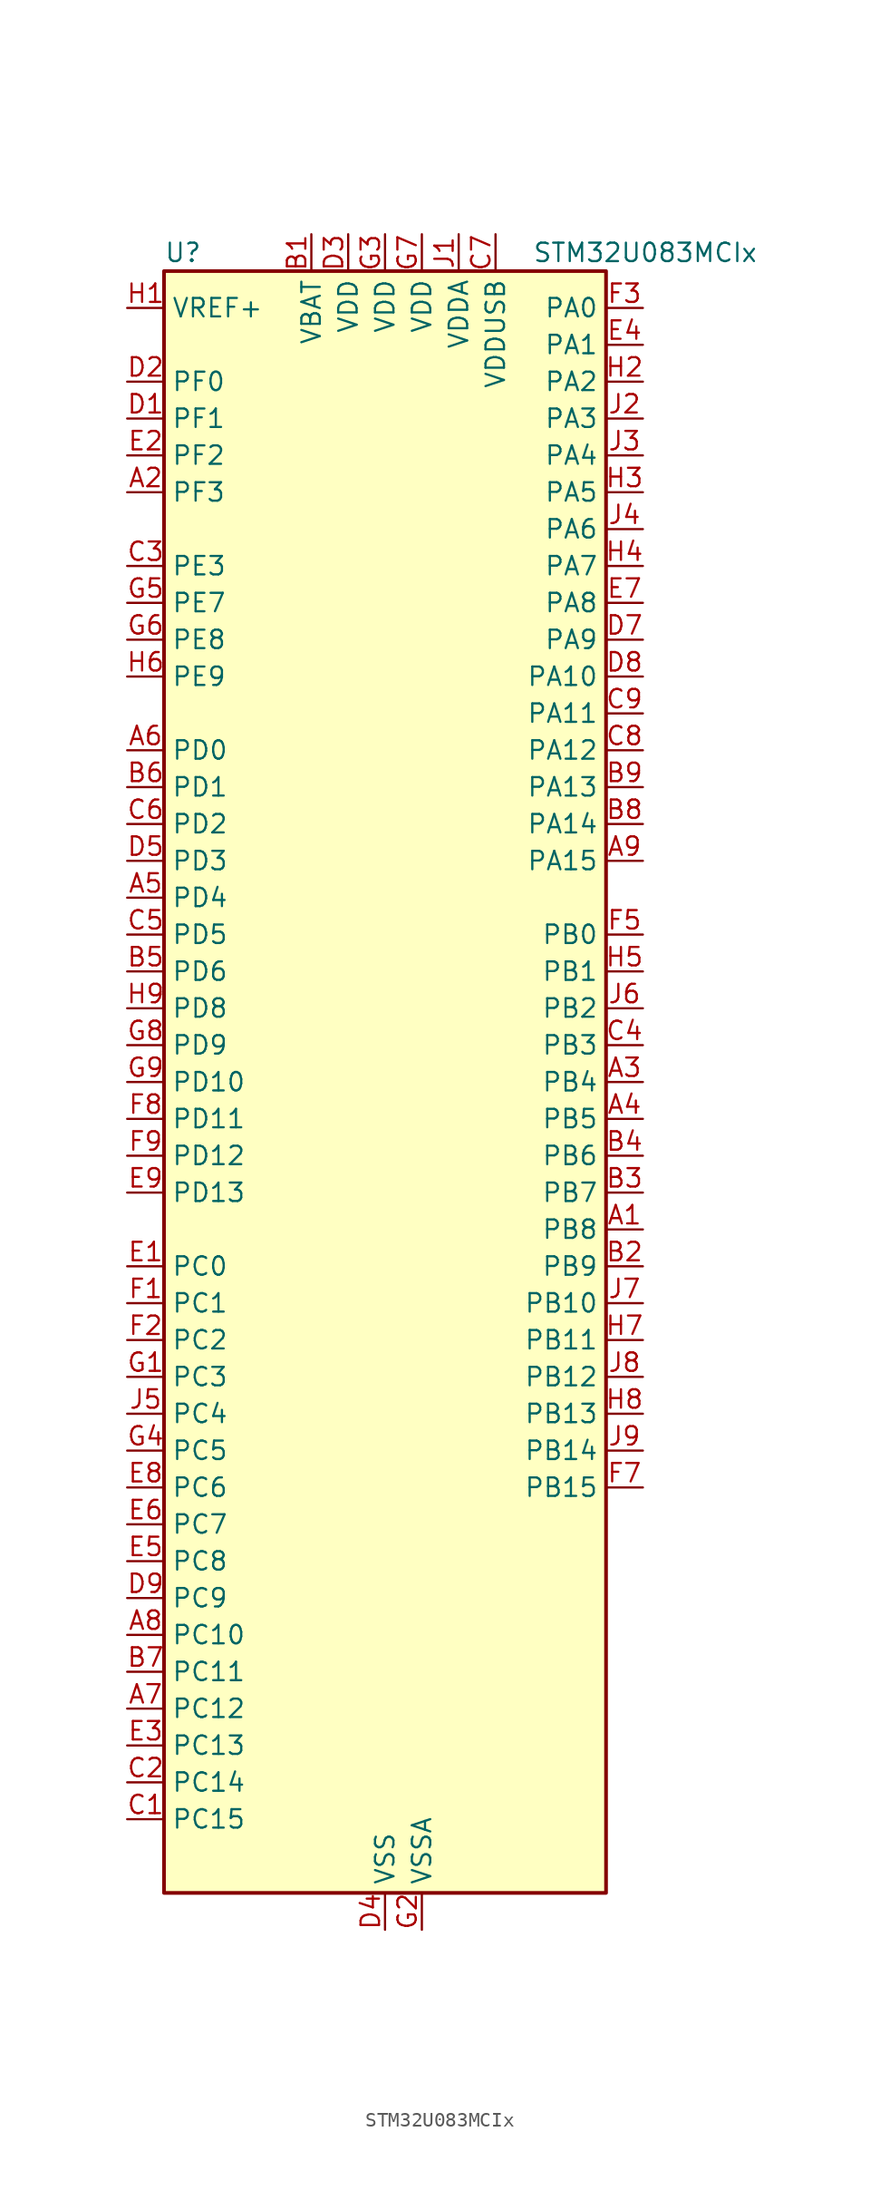
<source format=kicad_sym>
(kicad_symbol_lib
  (version 20231120)
  (generator "kicad_symbol_editor")
  (generator_version "8.99")
  (symbol "STM32U083MCIx"
    (property "Reference" "U"
      (at -15.24 57.15 0)
      (effects (font (size 1.27 1.27)) (justify left)))
    (property "Value" "STM32U083MCIx"
      (at 10.16 57.15 0)
      (effects (font (size 1.27 1.27)) (justify left)))
    (property "ki_locked" ""
      (at 0 0 0)
      (effects (font (size 1.27 1.27))))
    (symbol "STM32U083MCIx_0_1"
      (rectangle (start -15.24 -55.88) (end 15.24 55.88) (stroke (width 0.254) (type default)) (fill (type background))))
    (symbol "STM32U083MCIx_1_1"
      (pin bidirectional line (at 17.78 -10.16 180) (length 2.54) (name "PB8" (effects (font (size 1.27 1.27)))) (number "A1" (effects (font (size 1.27 1.27)))) (alternate "I2C1_SCL" bidirectional line) (alternate "I2C2_SCL" bidirectional line) (alternate "LCD_SEG16" bidirectional line) (alternate "LPTIM1_IN2" bidirectional line) (alternate "LPTIM3_IN2" bidirectional line) (alternate "TIM16_CH1" bidirectional line) (alternate "USART3_TX" bidirectional line))
      (pin bidirectional line (at -17.78 40.64 0) (length 2.54) (name "PF3" (effects (font (size 1.27 1.27)))) (number "A2" (effects (font (size 1.27 1.27)))))
      (pin bidirectional line (at 17.78 0 180) (length 2.54) (name "PB4" (effects (font (size 1.27 1.27)))) (number "A3" (effects (font (size 1.27 1.27)))) (alternate "COMP2_INP" bidirectional line) (alternate "I2C2_SDA" bidirectional line) (alternate "I2C3_SDA" bidirectional line) (alternate "LCD_SEG8" bidirectional line) (alternate "LPTIM1_CH4" bidirectional line) (alternate "LPUART3_DE" bidirectional line) (alternate "LPUART3_RTS" bidirectional line) (alternate "SPI1_MISO" bidirectional line) (alternate "SPI3_MISO" bidirectional line) (alternate "TIM3_CH1" bidirectional line) (alternate "TSC_G2_IO1" bidirectional line) (alternate "USART1_CTS" bidirectional line))
      (pin bidirectional line (at 17.78 -2.54 180) (length 2.54) (name "PB5" (effects (font (size 1.27 1.27)))) (number "A4" (effects (font (size 1.27 1.27)))) (alternate "COMP2_OUT" bidirectional line) (alternate "LCD_SEG9" bidirectional line) (alternate "LPTIM1_IN1" bidirectional line) (alternate "LPUART3_CTS" bidirectional line) (alternate "SPI1_MOSI" bidirectional line) (alternate "SPI3_MOSI" bidirectional line) (alternate "TIM16_BKIN" bidirectional line) (alternate "TIM3_CH2" bidirectional line) (alternate "TSC_G2_IO2" bidirectional line) (alternate "USART1_CK" bidirectional line))
      (pin bidirectional line (at -17.78 12.7 0) (length 2.54) (name "PD4" (effects (font (size 1.27 1.27)))) (number "A5" (effects (font (size 1.27 1.27)))) (alternate "LCD_SEG37" bidirectional line) (alternate "LPTIM1_CH3" bidirectional line) (alternate "SPI2_MOSI" bidirectional line) (alternate "USART2_DE" bidirectional line) (alternate "USART2_RTS" bidirectional line))
      (pin bidirectional line (at -17.78 22.86 0) (length 2.54) (name "PD0" (effects (font (size 1.27 1.27)))) (number "A6" (effects (font (size 1.27 1.27)))) (alternate "LCD_SEG34" bidirectional line) (alternate "SPI2_NSS" bidirectional line))
      (pin bidirectional line (at -17.78 -43.18 0) (length 2.54) (name "PC12" (effects (font (size 1.27 1.27)))) (number "A7" (effects (font (size 1.27 1.27)))) (alternate "LCD_COM6" bidirectional line) (alternate "LCD_SEG30" bidirectional line) (alternate "LCD_SEG50" bidirectional line) (alternate "LPTIM3_CH3" bidirectional line) (alternate "SPI3_MOSI" bidirectional line) (alternate "USART3_CK" bidirectional line) (alternate "USART4_CK" bidirectional line))
      (pin bidirectional line (at -17.78 -38.1 0) (length 2.54) (name "PC10" (effects (font (size 1.27 1.27)))) (number "A8" (effects (font (size 1.27 1.27)))) (alternate "LCD_COM4" bidirectional line) (alternate "LCD_SEG28" bidirectional line) (alternate "LCD_SEG48" bidirectional line) (alternate "LPTIM3_ETR" bidirectional line) (alternate "SPI3_SCK" bidirectional line) (alternate "TSC_G3_IO2" bidirectional line) (alternate "USART3_TX" bidirectional line) (alternate "USART4_TX" bidirectional line))
      (pin bidirectional line (at 17.78 15.24 180) (length 2.54) (name "PA15" (effects (font (size 1.27 1.27)))) (number "A9" (effects (font (size 1.27 1.27)))) (alternate "DEBUG_JTDI" bidirectional line) (alternate "LCD_SEG17" bidirectional line) (alternate "LPTIM3_CH3" bidirectional line) (alternate "LPTIM3_IN2" bidirectional line) (alternate "SPI1_NSS" bidirectional line) (alternate "SPI3_NSS" bidirectional line) (alternate "TIM2_CH1" bidirectional line) (alternate "TIM2_ETR" bidirectional line) (alternate "TSC_G3_IO1" bidirectional line) (alternate "USART2_RX" bidirectional line) (alternate "USART3_DE" bidirectional line) (alternate "USART3_RTS" bidirectional line) (alternate "USART4_DE" bidirectional line) (alternate "USART4_RTS" bidirectional line))
      (pin power_in line (at -5.08 58.42 270) (length 2.54) (name "VBAT" (effects (font (size 1.27 1.27)))) (number "B1" (effects (font (size 1.27 1.27)))))
      (pin bidirectional line (at 17.78 -12.7 180) (length 2.54) (name "PB9" (effects (font (size 1.27 1.27)))) (number "B2" (effects (font (size 1.27 1.27)))) (alternate "DAC1_EXTI9" bidirectional line) (alternate "I2C1_SDA" bidirectional line) (alternate "I2C2_SDA" bidirectional line) (alternate "IR_OUT" bidirectional line) (alternate "LCD_COM3" bidirectional line) (alternate "LPTIM1_CH4" bidirectional line) (alternate "LPTIM3_CH4" bidirectional line) (alternate "SPI2_NSS" bidirectional line) (alternate "USART3_RX" bidirectional line))
      (pin bidirectional line (at 17.78 -7.62 180) (length 2.54) (name "PB7" (effects (font (size 1.27 1.27)))) (number "B3" (effects (font (size 1.27 1.27)))) (alternate "COMP2_INM" bidirectional line) (alternate "I2C1_SDA" bidirectional line) (alternate "I2C2_SDA" bidirectional line) (alternate "I2C4_SDA" bidirectional line) (alternate "LCD_SEG21" bidirectional line) (alternate "LPTIM1_IN2" bidirectional line) (alternate "LPUART2_RX" bidirectional line) (alternate "LPUART3_RX" bidirectional line) (alternate "PWR_PVD_IN" bidirectional line) (alternate "TSC_G2_IO4" bidirectional line) (alternate "USART1_RX" bidirectional line) (alternate "USART4_CTS" bidirectional line))
      (pin bidirectional line (at 17.78 -5.08 180) (length 2.54) (name "PB6" (effects (font (size 1.27 1.27)))) (number "B4" (effects (font (size 1.27 1.27)))) (alternate "COMP2_INP" bidirectional line) (alternate "I2C1_SCL" bidirectional line) (alternate "I2C2_SCL" bidirectional line) (alternate "I2C4_SCL" bidirectional line) (alternate "LPTIM1_ETR" bidirectional line) (alternate "LPUART2_TX" bidirectional line) (alternate "LPUART3_TX" bidirectional line) (alternate "TIM16_CH1N" bidirectional line) (alternate "TSC_G2_IO3" bidirectional line) (alternate "USART1_TX" bidirectional line))
      (pin bidirectional line (at -17.78 7.62 0) (length 2.54) (name "PD6" (effects (font (size 1.27 1.27)))) (number "B5" (effects (font (size 1.27 1.27)))) (alternate "LCD_SEG39" bidirectional line) (alternate "USART2_RX" bidirectional line))
      (pin bidirectional line (at -17.78 20.32 0) (length 2.54) (name "PD1" (effects (font (size 1.27 1.27)))) (number "B6" (effects (font (size 1.27 1.27)))) (alternate "LCD_SEG35" bidirectional line) (alternate "LPTIM1_CH4" bidirectional line) (alternate "SPI2_SCK" bidirectional line))
      (pin bidirectional line (at -17.78 -40.64 0) (length 2.54) (name "PC11" (effects (font (size 1.27 1.27)))) (number "B7" (effects (font (size 1.27 1.27)))) (alternate "ADC1_EXTI11" bidirectional line) (alternate "LCD_COM5" bidirectional line) (alternate "LCD_SEG29" bidirectional line) (alternate "LCD_SEG49" bidirectional line) (alternate "LPTIM3_IN1" bidirectional line) (alternate "SPI3_MISO" bidirectional line) (alternate "TSC_G3_IO3" bidirectional line) (alternate "USART3_RX" bidirectional line) (alternate "USART4_RX" bidirectional line))
      (pin bidirectional line (at 17.78 17.78 180) (length 2.54) (name "PA14" (effects (font (size 1.27 1.27)))) (number "B8" (effects (font (size 1.27 1.27)))) (alternate "DEBUG_JTCK-SWCLK" bidirectional line) (alternate "LCD_SEG41" bidirectional line) (alternate "LPTIM1_CH1" bidirectional line) (alternate "TSC_G3_IO4" bidirectional line))
      (pin bidirectional line (at 17.78 20.32 180) (length 2.54) (name "PA13" (effects (font (size 1.27 1.27)))) (number "B9" (effects (font (size 1.27 1.27)))) (alternate "DEBUG_JTMS-SWDIO" bidirectional line) (alternate "IR_OUT" bidirectional line) (alternate "LCD_SEG40" bidirectional line) (alternate "TSC_G7_IO4" bidirectional line) (alternate "USB_NOE" bidirectional line))
      (pin bidirectional line (at -17.78 -50.8 0) (length 2.54) (name "PC15" (effects (font (size 1.27 1.27)))) (number "C1" (effects (font (size 1.27 1.27)))) (alternate "RCC_OSC32_EN" bidirectional line) (alternate "RCC_OSC32_OUT" bidirectional line) (alternate "RCC_OSC_EN" bidirectional line))
      (pin bidirectional line (at -17.78 -48.26 0) (length 2.54) (name "PC14" (effects (font (size 1.27 1.27)))) (number "C2" (effects (font (size 1.27 1.27)))) (alternate "RCC_OSC32_IN" bidirectional line))
      (pin bidirectional line (at -17.78 35.56 0) (length 2.54) (name "PE3" (effects (font (size 1.27 1.27)))) (number "C3" (effects (font (size 1.27 1.27)))) (alternate "TIM3_CH1" bidirectional line))
      (pin bidirectional line (at 17.78 2.54 180) (length 2.54) (name "PB3" (effects (font (size 1.27 1.27)))) (number "C4" (effects (font (size 1.27 1.27)))) (alternate "COMP2_INM" bidirectional line) (alternate "DEBUG_JTDO-SWO" bidirectional line) (alternate "I2C2_SCL" bidirectional line) (alternate "I2C3_SCL" bidirectional line) (alternate "LCD_SEG7" bidirectional line) (alternate "LPTIM1_CH3" bidirectional line) (alternate "SPI1_SCK" bidirectional line) (alternate "SPI3_SCK" bidirectional line) (alternate "TIM2_CH2" bidirectional line) (alternate "USART1_DE" bidirectional line) (alternate "USART1_RTS" bidirectional line))
      (pin bidirectional line (at -17.78 10.16 0) (length 2.54) (name "PD5" (effects (font (size 1.27 1.27)))) (number "C5" (effects (font (size 1.27 1.27)))) (alternate "LCD_SEG38" bidirectional line) (alternate "USART2_TX" bidirectional line))
      (pin bidirectional line (at -17.78 17.78 0) (length 2.54) (name "PD2" (effects (font (size 1.27 1.27)))) (number "C6" (effects (font (size 1.27 1.27)))) (alternate "LCD_COM7" bidirectional line) (alternate "LCD_SEG31" bidirectional line) (alternate "LCD_SEG51" bidirectional line) (alternate "TIM3_ETR" bidirectional line) (alternate "TSC_SYNC" bidirectional line) (alternate "USART3_DE" bidirectional line) (alternate "USART3_RTS" bidirectional line))
      (pin power_in line (at 7.62 58.42 270) (length 2.54) (name "VDDUSB" (effects (font (size 1.27 1.27)))) (number "C7" (effects (font (size 1.27 1.27)))))
      (pin bidirectional line (at 17.78 22.86 180) (length 2.54) (name "PA12" (effects (font (size 1.27 1.27)))) (number "C8" (effects (font (size 1.27 1.27)))) (alternate "SPI1_MOSI" bidirectional line) (alternate "SPI2_MOSI" bidirectional line) (alternate "TIM1_ETR" bidirectional line) (alternate "USART1_DE" bidirectional line) (alternate "USART1_RTS" bidirectional line) (alternate "USB_DP" bidirectional line))
      (pin bidirectional line (at 17.78 25.4 180) (length 2.54) (name "PA11" (effects (font (size 1.27 1.27)))) (number "C9" (effects (font (size 1.27 1.27)))) (alternate "ADC1_EXTI11" bidirectional line) (alternate "COMP1_OUT" bidirectional line) (alternate "SPI1_MISO" bidirectional line) (alternate "SPI2_MISO" bidirectional line) (alternate "TIM1_BKIN2" bidirectional line) (alternate "TIM1_CH4" bidirectional line) (alternate "USART1_CTS" bidirectional line) (alternate "USB_DM" bidirectional line))
      (pin bidirectional line (at -17.78 45.72 0) (length 2.54) (name "PF1" (effects (font (size 1.27 1.27)))) (number "D1" (effects (font (size 1.27 1.27)))) (alternate "RCC_OSC_EN" bidirectional line) (alternate "RCC_OSC_OUT" bidirectional line))
      (pin bidirectional line (at -17.78 48.26 0) (length 2.54) (name "PF0" (effects (font (size 1.27 1.27)))) (number "D2" (effects (font (size 1.27 1.27)))) (alternate "RCC_OSC_IN" bidirectional line))
      (pin power_in line (at -2.54 58.42 270) (length 2.54) (name "VDD" (effects (font (size 1.27 1.27)))) (number "D3" (effects (font (size 1.27 1.27)))))
      (pin power_in line (at 0 -58.42 90) (length 2.54) (name "VSS" (effects (font (size 1.27 1.27)))) (number "D4" (effects (font (size 1.27 1.27)))))
      (pin bidirectional line (at -17.78 15.24 0) (length 2.54) (name "PD3" (effects (font (size 1.27 1.27)))) (number "D5" (effects (font (size 1.27 1.27)))) (alternate "LCD_SEG36" bidirectional line) (alternate "SPI2_MISO" bidirectional line) (alternate "USART2_CTS" bidirectional line))
      (pin passive line (at 0 -58.42 90) (length 2.54) hide (name "VSS" (effects (font (size 1.27 1.27)))) (number "D6" (effects (font (size 1.27 1.27)))))
      (pin bidirectional line (at 17.78 30.48 180) (length 2.54) (name "PA9" (effects (font (size 1.27 1.27)))) (number "D7" (effects (font (size 1.27 1.27)))) (alternate "COMP1_INP" bidirectional line) (alternate "DAC1_EXTI9" bidirectional line) (alternate "I2C1_SCL" bidirectional line) (alternate "I2C2_SCL" bidirectional line) (alternate "LCD_COM1" bidirectional line) (alternate "RCC_MCO" bidirectional line) (alternate "TIM15_BKIN" bidirectional line) (alternate "TIM1_CH2" bidirectional line) (alternate "TSC_G7_IO2" bidirectional line) (alternate "USART1_TX" bidirectional line))
      (pin bidirectional line (at 17.78 27.94 180) (length 2.54) (name "PA10" (effects (font (size 1.27 1.27)))) (number "D8" (effects (font (size 1.27 1.27)))) (alternate "CRS_SYNC" bidirectional line) (alternate "I2C1_SDA" bidirectional line) (alternate "I2C2_SDA" bidirectional line) (alternate "LCD_COM2" bidirectional line) (alternate "RCC_MCO2" bidirectional line) (alternate "SPI2_NSS" bidirectional line) (alternate "TIM1_CH3" bidirectional line) (alternate "TSC_G7_IO3" bidirectional line) (alternate "USART1_RX" bidirectional line))
      (pin bidirectional line (at -17.78 -35.56 0) (length 2.54) (name "PC9" (effects (font (size 1.27 1.27)))) (number "D9" (effects (font (size 1.27 1.27)))) (alternate "DAC1_EXTI9" bidirectional line) (alternate "LCD_SEG27" bidirectional line) (alternate "LPTIM3_CH2" bidirectional line) (alternate "TIM3_CH4" bidirectional line) (alternate "TSC_G4_IO4" bidirectional line) (alternate "USB_NOE" bidirectional line))
      (pin bidirectional line (at -17.78 -12.7 0) (length 2.54) (name "PC0" (effects (font (size 1.27 1.27)))) (number "E1" (effects (font (size 1.27 1.27)))) (alternate "ADC1_IN0" bidirectional line) (alternate "I2C3_SCL" bidirectional line) (alternate "I2C4_SCL" bidirectional line) (alternate "LCD_BIAS1" bidirectional line) (alternate "LCD_SEG18" bidirectional line) (alternate "LPTIM1_IN1" bidirectional line) (alternate "LPTIM2_IN1" bidirectional line) (alternate "LPUART1_RX" bidirectional line) (alternate "LPUART2_TX" bidirectional line))
      (pin bidirectional line (at -17.78 43.18 0) (length 2.54) (name "PF2" (effects (font (size 1.27 1.27)))) (number "E2" (effects (font (size 1.27 1.27)))) (alternate "RCC_MCO" bidirectional line))
      (pin bidirectional line (at -17.78 -45.72 0) (length 2.54) (name "PC13" (effects (font (size 1.27 1.27)))) (number "E3" (effects (font (size 1.27 1.27)))) (alternate "LPTIM1_CH3" bidirectional line) (alternate "LPTIM3_CH3" bidirectional line) (alternate "PWR_WKUP2" bidirectional line) (alternate "RTC_OUT1" bidirectional line) (alternate "RTC_TS" bidirectional line) (alternate "TAMP_IN1" bidirectional line))
      (pin bidirectional line (at 17.78 50.8 180) (length 2.54) (name "PA1" (effects (font (size 1.27 1.27)))) (number "E4" (effects (font (size 1.27 1.27)))) (alternate "ADC1_IN5" bidirectional line) (alternate "COMP1_INP" bidirectional line) (alternate "LCD_SEG0" bidirectional line) (alternate "LPTIM1_CH2" bidirectional line) (alternate "OPAMP1_VINM" bidirectional line) (alternate "PWR_WKUP3" bidirectional line) (alternate "SPI1_SCK" bidirectional line) (alternate "SPI2_SCK" bidirectional line) (alternate "TAMP_IN5" bidirectional line) (alternate "TIM15_CH1N" bidirectional line) (alternate "TIM2_CH2" bidirectional line) (alternate "USART2_DE" bidirectional line) (alternate "USART2_RTS" bidirectional line) (alternate "USART4_RX" bidirectional line))
      (pin bidirectional line (at -17.78 -33.02 0) (length 2.54) (name "PC8" (effects (font (size 1.27 1.27)))) (number "E5" (effects (font (size 1.27 1.27)))) (alternate "LCD_SEG26" bidirectional line) (alternate "LPTIM3_CH1" bidirectional line) (alternate "TIM3_CH3" bidirectional line) (alternate "TSC_G4_IO3" bidirectional line))
      (pin bidirectional line (at -17.78 -30.48 0) (length 2.54) (name "PC7" (effects (font (size 1.27 1.27)))) (number "E6" (effects (font (size 1.27 1.27)))) (alternate "LCD_SEG25" bidirectional line) (alternate "LPTIM2_CH2" bidirectional line) (alternate "LPTIM3_CH4" bidirectional line) (alternate "LPUART2_RX" bidirectional line) (alternate "TIM3_CH2" bidirectional line) (alternate "TSC_G4_IO2" bidirectional line))
      (pin bidirectional line (at 17.78 33.02 180) (length 2.54) (name "PA8" (effects (font (size 1.27 1.27)))) (number "E7" (effects (font (size 1.27 1.27)))) (alternate "LCD_COM0" bidirectional line) (alternate "LPTIM2_CH1" bidirectional line) (alternate "RCC_MCO" bidirectional line) (alternate "RCC_MCO2" bidirectional line) (alternate "TIM1_CH1" bidirectional line) (alternate "TSC_G7_IO1" bidirectional line) (alternate "USART1_CK" bidirectional line))
      (pin bidirectional line (at -17.78 -27.94 0) (length 2.54) (name "PC6" (effects (font (size 1.27 1.27)))) (number "E8" (effects (font (size 1.27 1.27)))) (alternate "COMP1_INP" bidirectional line) (alternate "LCD_SEG24" bidirectional line) (alternate "LPUART2_TX" bidirectional line) (alternate "TIM3_CH1" bidirectional line) (alternate "TSC_G4_IO1" bidirectional line))
      (pin bidirectional line (at -17.78 -7.62 0) (length 2.54) (name "PD13" (effects (font (size 1.27 1.27)))) (number "E9" (effects (font (size 1.27 1.27)))) (alternate "I2C4_SDA" bidirectional line) (alternate "LCD_SEG33" bidirectional line) (alternate "LPTIM2_CH1" bidirectional line) (alternate "TSC_G6_IO4" bidirectional line))
      (pin bidirectional line (at -17.78 -15.24 0) (length 2.54) (name "PC1" (effects (font (size 1.27 1.27)))) (number "F1" (effects (font (size 1.27 1.27)))) (alternate "ADC1_IN1" bidirectional line) (alternate "I2C3_SDA" bidirectional line) (alternate "I2C4_SDA" bidirectional line) (alternate "LCD_BIAS2" bidirectional line) (alternate "LCD_SEG19" bidirectional line) (alternate "LPTIM1_CH1" bidirectional line) (alternate "LPUART1_TX" bidirectional line) (alternate "LPUART2_RX" bidirectional line))
      (pin bidirectional line (at -17.78 -17.78 0) (length 2.54) (name "PC2" (effects (font (size 1.27 1.27)))) (number "F2" (effects (font (size 1.27 1.27)))) (alternate "ADC1_IN2" bidirectional line) (alternate "LCD_BIAS3" bidirectional line) (alternate "LCD_SEG20" bidirectional line) (alternate "LPTIM1_IN2" bidirectional line) (alternate "RCC_MCO2" bidirectional line) (alternate "SPI2_MISO" bidirectional line))
      (pin bidirectional line (at 17.78 53.34 180) (length 2.54) (name "PA0" (effects (font (size 1.27 1.27)))) (number "F3" (effects (font (size 1.27 1.27)))) (alternate "ADC1_IN4" bidirectional line) (alternate "COMP1_INM" bidirectional line) (alternate "COMP1_OUT" bidirectional line) (alternate "LCD_SEG42" bidirectional line) (alternate "OPAMP1_VINP" bidirectional line) (alternate "PWR_WKUP1" bidirectional line) (alternate "TAMP_IN2" bidirectional line) (alternate "TIM2_CH1" bidirectional line) (alternate "TIM2_ETR" bidirectional line) (alternate "USART2_CTS" bidirectional line) (alternate "USART4_TX" bidirectional line))
      (pin passive line (at 0 -58.42 90) (length 2.54) hide (name "VSS" (effects (font (size 1.27 1.27)))) (number "F4" (effects (font (size 1.27 1.27)))))
      (pin bidirectional line (at 17.78 10.16 180) (length 2.54) (name "PB0" (effects (font (size 1.27 1.27)))) (number "F5" (effects (font (size 1.27 1.27)))) (alternate "ADC1_IN17" bidirectional line) (alternate "COMP1_OUT" bidirectional line) (alternate "LCD_SEG5" bidirectional line) (alternate "LPTIM3_CH1" bidirectional line) (alternate "LPUART2_CTS" bidirectional line) (alternate "SPI1_NSS" bidirectional line) (alternate "TIM1_CH2N" bidirectional line) (alternate "TIM3_CH3" bidirectional line) (alternate "TSC_G5_IO2" bidirectional line) (alternate "USART3_CK" bidirectional line))
      (pin passive line (at 0 -58.42 90) (length 2.54) hide (name "VSS" (effects (font (size 1.27 1.27)))) (number "F6" (effects (font (size 1.27 1.27)))))
      (pin bidirectional line (at 17.78 -27.94 180) (length 2.54) (name "PB15" (effects (font (size 1.27 1.27)))) (number "F7" (effects (font (size 1.27 1.27)))) (alternate "LCD_SEG15" bidirectional line) (alternate "PWR_WKUP7" bidirectional line) (alternate "RTC_REFIN" bidirectional line) (alternate "SPI2_MOSI" bidirectional line) (alternate "TAMP_IN3" bidirectional line) (alternate "TIM15_CH2" bidirectional line) (alternate "TIM1_CH3N" bidirectional line) (alternate "TSC_G1_IO4" bidirectional line))
      (pin bidirectional line (at -17.78 -2.54 0) (length 2.54) (name "PD11" (effects (font (size 1.27 1.27)))) (number "F8" (effects (font (size 1.27 1.27)))) (alternate "ADC1_EXTI11" bidirectional line) (alternate "LCD_SEG31" bidirectional line) (alternate "LPTIM2_ETR" bidirectional line) (alternate "LPUART3_CTS" bidirectional line) (alternate "TSC_G6_IO2" bidirectional line) (alternate "USART3_CTS" bidirectional line))
      (pin bidirectional line (at -17.78 -5.08 0) (length 2.54) (name "PD12" (effects (font (size 1.27 1.27)))) (number "F9" (effects (font (size 1.27 1.27)))) (alternate "I2C4_SCL" bidirectional line) (alternate "LCD_SEG32" bidirectional line) (alternate "LPTIM2_IN1" bidirectional line) (alternate "LPUART3_DE" bidirectional line) (alternate "LPUART3_RTS" bidirectional line) (alternate "TSC_G6_IO3" bidirectional line) (alternate "USART3_DE" bidirectional line) (alternate "USART3_RTS" bidirectional line))
      (pin bidirectional line (at -17.78 -20.32 0) (length 2.54) (name "PC3" (effects (font (size 1.27 1.27)))) (number "G1" (effects (font (size 1.27 1.27)))) (alternate "ADC1_IN3" bidirectional line) (alternate "LPTIM1_ETR" bidirectional line) (alternate "LPTIM2_ETR" bidirectional line) (alternate "LPTIM3_CH1" bidirectional line) (alternate "SPI2_MOSI" bidirectional line) (alternate "USART4_CK" bidirectional line))
      (pin power_in line (at 2.54 -58.42 90) (length 2.54) (name "VSSA" (effects (font (size 1.27 1.27)))) (number "G2" (effects (font (size 1.27 1.27)))))
      (pin power_in line (at 0 58.42 270) (length 2.54) (name "VDD" (effects (font (size 1.27 1.27)))) (number "G3" (effects (font (size 1.27 1.27)))))
      (pin bidirectional line (at -17.78 -25.4 0) (length 2.54) (name "PC5" (effects (font (size 1.27 1.27)))) (number "G4" (effects (font (size 1.27 1.27)))) (alternate "ADC1_IN16" bidirectional line) (alternate "COMP1_INP" bidirectional line) (alternate "LCD_SEG23" bidirectional line) (alternate "LPTIM3_CH3" bidirectional line) (alternate "LPUART3_RX" bidirectional line) (alternate "PWR_WKUP5" bidirectional line) (alternate "TAMP_IN4" bidirectional line) (alternate "USART3_RX" bidirectional line))
      (pin bidirectional line (at -17.78 33.02 0) (length 2.54) (name "PE7" (effects (font (size 1.27 1.27)))) (number "G5" (effects (font (size 1.27 1.27)))) (alternate "LCD_SEG45" bidirectional line) (alternate "TIM1_ETR" bidirectional line))
      (pin bidirectional line (at -17.78 30.48 0) (length 2.54) (name "PE8" (effects (font (size 1.27 1.27)))) (number "G6" (effects (font (size 1.27 1.27)))) (alternate "LCD_SEG46" bidirectional line) (alternate "TIM1_CH1N" bidirectional line))
      (pin power_in line (at 2.54 58.42 270) (length 2.54) (name "VDD" (effects (font (size 1.27 1.27)))) (number "G7" (effects (font (size 1.27 1.27)))))
      (pin bidirectional line (at -17.78 2.54 0) (length 2.54) (name "PD9" (effects (font (size 1.27 1.27)))) (number "G8" (effects (font (size 1.27 1.27)))) (alternate "DAC1_EXTI9" bidirectional line) (alternate "LCD_SEG29" bidirectional line) (alternate "LPTIM3_IN1" bidirectional line) (alternate "LPUART3_RX" bidirectional line) (alternate "USART3_RX" bidirectional line))
      (pin bidirectional line (at -17.78 0 0) (length 2.54) (name "PD10" (effects (font (size 1.27 1.27)))) (number "G9" (effects (font (size 1.27 1.27)))) (alternate "COMP2_INP" bidirectional line) (alternate "LCD_SEG30" bidirectional line) (alternate "LPTIM2_CH2" bidirectional line) (alternate "LPTIM3_ETR" bidirectional line) (alternate "TSC_G6_IO1" bidirectional line) (alternate "USART3_CK" bidirectional line))
      (pin input line (at -17.78 53.34 0) (length 2.54) (name "VREF+" (effects (font (size 1.27 1.27)))) (number "H1" (effects (font (size 1.27 1.27)))) (alternate "VREFBUF_OUT" bidirectional line))
      (pin bidirectional line (at 17.78 48.26 180) (length 2.54) (name "PA2" (effects (font (size 1.27 1.27)))) (number "H2" (effects (font (size 1.27 1.27)))) (alternate "ADC1_IN6" bidirectional line) (alternate "COMP2_INM" bidirectional line) (alternate "COMP2_OUT" bidirectional line) (alternate "LCD_SEG1" bidirectional line) (alternate "LPUART1_TX" bidirectional line) (alternate "PWR_WKUP4" bidirectional line) (alternate "RCC_LSCO" bidirectional line) (alternate "TIM15_CH1" bidirectional line) (alternate "TIM2_CH3" bidirectional line) (alternate "USART2_TX" bidirectional line))
      (pin bidirectional line (at 17.78 40.64 180) (length 2.54) (name "PA5" (effects (font (size 1.27 1.27)))) (number "H3" (effects (font (size 1.27 1.27)))) (alternate "ADC1_IN9" bidirectional line) (alternate "COMP1_INM" bidirectional line) (alternate "COMP2_INM" bidirectional line) (alternate "LCD_SEG44" bidirectional line) (alternate "LPTIM2_ETR" bidirectional line) (alternate "LPUART3_RX" bidirectional line) (alternate "SPI1_SCK" bidirectional line) (alternate "TIM2_CH1" bidirectional line) (alternate "TIM2_ETR" bidirectional line) (alternate "USART3_TX" bidirectional line))
      (pin bidirectional line (at 17.78 35.56 180) (length 2.54) (name "PA7" (effects (font (size 1.27 1.27)))) (number "H4" (effects (font (size 1.27 1.27)))) (alternate "ADC1_IN14" bidirectional line) (alternate "COMP2_OUT" bidirectional line) (alternate "I2C2_SCL" bidirectional line) (alternate "I2C3_SCL" bidirectional line) (alternate "LCD_SEG4" bidirectional line) (alternate "LPTIM2_CH2" bidirectional line) (alternate "SPI1_MOSI" bidirectional line) (alternate "TIM1_CH1N" bidirectional line) (alternate "TIM3_CH2" bidirectional line) (alternate "USART3_RX" bidirectional line))
      (pin bidirectional line (at 17.78 7.62 180) (length 2.54) (name "PB1" (effects (font (size 1.27 1.27)))) (number "H5" (effects (font (size 1.27 1.27)))) (alternate "ADC1_IN18" bidirectional line) (alternate "COMP1_INM" bidirectional line) (alternate "LCD_SEG6" bidirectional line) (alternate "LPTIM2_IN1" bidirectional line) (alternate "LPTIM3_CH2" bidirectional line) (alternate "LPUART1_DE" bidirectional line) (alternate "LPUART1_RTS" bidirectional line) (alternate "LPUART2_DE" bidirectional line) (alternate "LPUART2_RTS" bidirectional line) (alternate "TIM1_CH3N" bidirectional line) (alternate "TIM3_CH4" bidirectional line) (alternate "TSC_SYNC" bidirectional line) (alternate "USART3_DE" bidirectional line) (alternate "USART3_RTS" bidirectional line))
      (pin bidirectional line (at -17.78 27.94 0) (length 2.54) (name "PE9" (effects (font (size 1.27 1.27)))) (number "H6" (effects (font (size 1.27 1.27)))) (alternate "DAC1_EXTI9" bidirectional line) (alternate "LCD_SEG47" bidirectional line) (alternate "LPTIM1_CH3" bidirectional line) (alternate "TIM1_CH1" bidirectional line))
      (pin bidirectional line (at 17.78 -17.78 180) (length 2.54) (name "PB11" (effects (font (size 1.27 1.27)))) (number "H7" (effects (font (size 1.27 1.27)))) (alternate "ADC1_EXTI11" bidirectional line) (alternate "COMP2_OUT" bidirectional line) (alternate "I2C2_SDA" bidirectional line) (alternate "I2C4_SDA" bidirectional line) (alternate "LCD_SEG11" bidirectional line) (alternate "LPUART1_TX" bidirectional line) (alternate "LPUART2_TX" bidirectional line) (alternate "TIM2_CH4" bidirectional line) (alternate "TSC_G5_IO4" bidirectional line) (alternate "USART3_RX" bidirectional line))
      (pin bidirectional line (at 17.78 -22.86 180) (length 2.54) (name "PB13" (effects (font (size 1.27 1.27)))) (number "H8" (effects (font (size 1.27 1.27)))) (alternate "I2C2_SCL" bidirectional line) (alternate "LCD_SEG13" bidirectional line) (alternate "LPTIM3_IN1" bidirectional line) (alternate "LPUART1_CTS" bidirectional line) (alternate "SPI2_SCK" bidirectional line) (alternate "TIM15_CH1N" bidirectional line) (alternate "TIM1_CH1N" bidirectional line) (alternate "TSC_G1_IO2" bidirectional line) (alternate "USART3_CTS" bidirectional line))
      (pin bidirectional line (at -17.78 5.08 0) (length 2.54) (name "PD8" (effects (font (size 1.27 1.27)))) (number "H9" (effects (font (size 1.27 1.27)))) (alternate "LCD_SEG28" bidirectional line) (alternate "LPUART3_TX" bidirectional line) (alternate "USART3_TX" bidirectional line))
      (pin power_in line (at 5.08 58.42 270) (length 2.54) (name "VDDA" (effects (font (size 1.27 1.27)))) (number "J1" (effects (font (size 1.27 1.27)))))
      (pin bidirectional line (at 17.78 45.72 180) (length 2.54) (name "PA3" (effects (font (size 1.27 1.27)))) (number "J2" (effects (font (size 1.27 1.27)))) (alternate "ADC1_IN7" bidirectional line) (alternate "COMP2_INP" bidirectional line) (alternate "LCD_SEG2" bidirectional line) (alternate "LPUART1_RX" bidirectional line) (alternate "OPAMP1_VOUT" bidirectional line) (alternate "TIM15_CH2" bidirectional line) (alternate "TIM2_CH4" bidirectional line) (alternate "USART2_RX" bidirectional line))
      (pin bidirectional line (at 17.78 43.18 180) (length 2.54) (name "PA4" (effects (font (size 1.27 1.27)))) (number "J3" (effects (font (size 1.27 1.27)))) (alternate "ADC1_IN8" bidirectional line) (alternate "COMP1_INM" bidirectional line) (alternate "COMP2_INM" bidirectional line) (alternate "DAC1_OUT1" bidirectional line) (alternate "LCD_SEG43" bidirectional line) (alternate "LPTIM2_CH1" bidirectional line) (alternate "LPUART3_TX" bidirectional line) (alternate "SPI1_NSS" bidirectional line) (alternate "SPI3_NSS" bidirectional line) (alternate "USART2_CK" bidirectional line))
      (pin bidirectional line (at 17.78 38.1 180) (length 2.54) (name "PA6" (effects (font (size 1.27 1.27)))) (number "J4" (effects (font (size 1.27 1.27)))) (alternate "ADC1_IN10" bidirectional line) (alternate "COMP1_OUT" bidirectional line) (alternate "I2C2_SDA" bidirectional line) (alternate "I2C3_SDA" bidirectional line) (alternate "LCD_SEG3" bidirectional line) (alternate "LPUART1_CTS" bidirectional line) (alternate "SPI1_MISO" bidirectional line) (alternate "TIM16_CH1" bidirectional line) (alternate "TIM1_BKIN" bidirectional line) (alternate "TIM3_CH1" bidirectional line) (alternate "TSC_G5_IO1" bidirectional line) (alternate "USART3_CTS" bidirectional line))
      (pin bidirectional line (at -17.78 -22.86 0) (length 2.54) (name "PC4" (effects (font (size 1.27 1.27)))) (number "J5" (effects (font (size 1.27 1.27)))) (alternate "ADC1_IN15" bidirectional line) (alternate "COMP1_INM" bidirectional line) (alternate "LCD_SEG22" bidirectional line) (alternate "LPUART3_TX" bidirectional line) (alternate "USART3_TX" bidirectional line))
      (pin bidirectional line (at 17.78 5.08 180) (length 2.54) (name "PB2" (effects (font (size 1.27 1.27)))) (number "J6" (effects (font (size 1.27 1.27)))) (alternate "COMP1_INP" bidirectional line) (alternate "LPTIM1_CH1" bidirectional line) (alternate "RTC_OUT2" bidirectional line))
      (pin bidirectional line (at 17.78 -15.24 180) (length 2.54) (name "PB10" (effects (font (size 1.27 1.27)))) (number "J7" (effects (font (size 1.27 1.27)))) (alternate "COMP1_OUT" bidirectional line) (alternate "I2C2_SCL" bidirectional line) (alternate "I2C4_SCL" bidirectional line) (alternate "LCD_SEG10" bidirectional line) (alternate "LPTIM3_CH1" bidirectional line) (alternate "LPUART1_RX" bidirectional line) (alternate "LPUART2_RX" bidirectional line) (alternate "SPI2_SCK" bidirectional line) (alternate "TIM2_CH3" bidirectional line) (alternate "TSC_G5_IO3" bidirectional line) (alternate "USART3_TX" bidirectional line))
      (pin bidirectional line (at 17.78 -20.32 180) (length 2.54) (name "PB12" (effects (font (size 1.27 1.27)))) (number "J8" (effects (font (size 1.27 1.27)))) (alternate "LCD_SEG12" bidirectional line) (alternate "LPUART1_DE" bidirectional line) (alternate "LPUART1_RTS" bidirectional line) (alternate "SPI2_NSS" bidirectional line) (alternate "TIM15_BKIN" bidirectional line) (alternate "TIM1_BKIN" bidirectional line) (alternate "TSC_G1_IO1" bidirectional line) (alternate "USART3_CK" bidirectional line))
      (pin bidirectional line (at 17.78 -25.4 180) (length 2.54) (name "PB14" (effects (font (size 1.27 1.27)))) (number "J9" (effects (font (size 1.27 1.27)))) (alternate "I2C2_SDA" bidirectional line) (alternate "LCD_SEG14" bidirectional line) (alternate "LPTIM3_ETR" bidirectional line) (alternate "SPI2_MISO" bidirectional line) (alternate "TIM15_CH1" bidirectional line) (alternate "TIM1_CH2N" bidirectional line) (alternate "TSC_G1_IO3" bidirectional line) (alternate "USART3_DE" bidirectional line) (alternate "USART3_RTS" bidirectional line)))))
</source>
